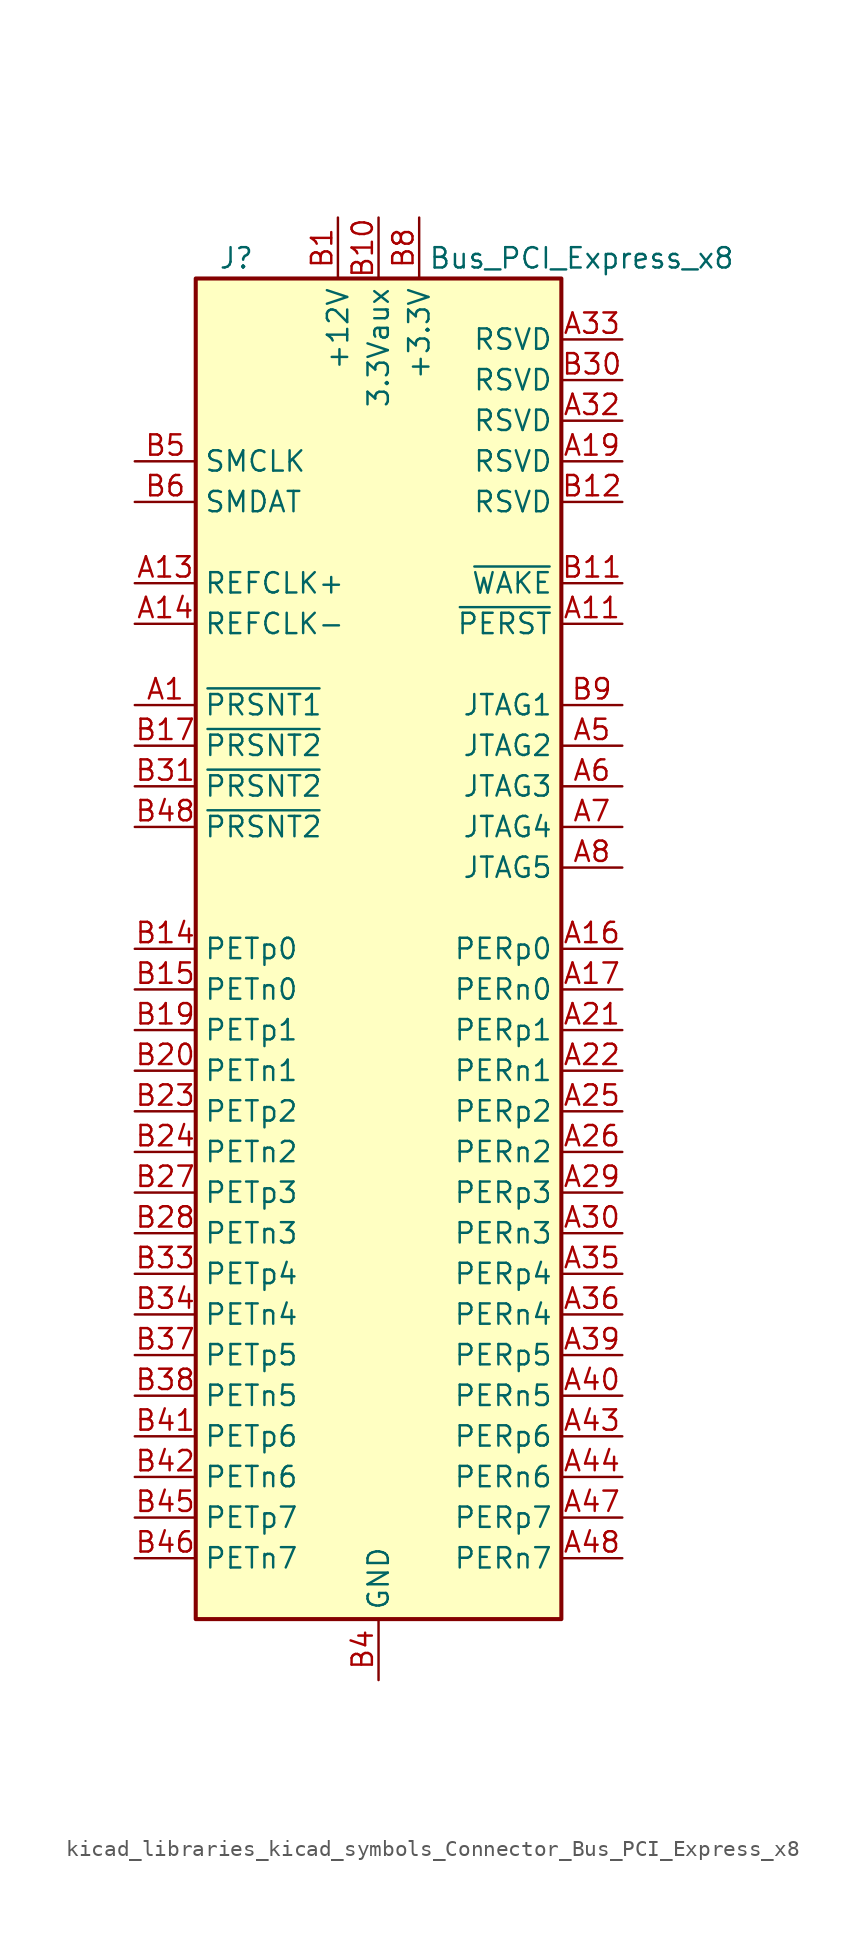
<source format=kicad_sym>
(kicad_symbol_lib
  (version 20220914)
  (generator kicad_symbol_editor)
  (symbol "kicad_libraries_kicad_symbols_Connector_Bus_PCI_Express_x8"
    (property "Reference" "J"
      (at -8.89 43.18 0)
      (effects (font (size 1.27 1.27))))
    (property "Value" "Bus_PCI_Express_x8"
      (at 12.7 43.18 0)
      (effects (font (size 1.27 1.27))))
    (symbol "kicad_libraries_kicad_symbols_Connector_Bus_PCI_Express_x8_0_1"
      (rectangle (start -11.43 41.91) (end 11.43 -41.91) (stroke (width 0.254) (type default)) (fill (type background))))
    (symbol "kicad_libraries_kicad_symbols_Connector_Bus_PCI_Express_x8_1_1"
      (pin passive line (at -15.24 15.24 0) (length 3.81) (name "~{PRSNT1}" (effects (font (size 1.27 1.27)))) (number "A1" (effects (font (size 1.27 1.27)))))
      (pin passive line (at 2.54 45.72 270) (length 3.81) hide (name "+3.3V" (effects (font (size 1.27 1.27)))) (number "A10" (effects (font (size 1.27 1.27)))))
      (pin input line (at 15.24 20.32 180) (length 3.81) (name "~{PERST}" (effects (font (size 1.27 1.27)))) (number "A11" (effects (font (size 1.27 1.27)))))
      (pin passive line (at 0 -45.72 90) (length 3.81) hide (name "GND" (effects (font (size 1.27 1.27)))) (number "A12" (effects (font (size 1.27 1.27)))))
      (pin input line (at -15.24 22.86 0) (length 3.81) (name "REFCLK+" (effects (font (size 1.27 1.27)))) (number "A13" (effects (font (size 1.27 1.27)))))
      (pin input line (at -15.24 20.32 0) (length 3.81) (name "REFCLK-" (effects (font (size 1.27 1.27)))) (number "A14" (effects (font (size 1.27 1.27)))))
      (pin passive line (at 0 -45.72 90) (length 3.81) hide (name "GND" (effects (font (size 1.27 1.27)))) (number "A15" (effects (font (size 1.27 1.27)))))
      (pin output line (at 15.24 0 180) (length 3.81) (name "PERp0" (effects (font (size 1.27 1.27)))) (number "A16" (effects (font (size 1.27 1.27)))))
      (pin output line (at 15.24 -2.54 180) (length 3.81) (name "PERn0" (effects (font (size 1.27 1.27)))) (number "A17" (effects (font (size 1.27 1.27)))))
      (pin passive line (at 0 -45.72 90) (length 3.81) hide (name "GND" (effects (font (size 1.27 1.27)))) (number "A18" (effects (font (size 1.27 1.27)))))
      (pin passive line (at 15.24 30.48 180) (length 3.81) (name "RSVD" (effects (font (size 1.27 1.27)))) (number "A19" (effects (font (size 1.27 1.27)))))
      (pin passive line (at -2.54 45.72 270) (length 3.81) hide (name "+12V" (effects (font (size 1.27 1.27)))) (number "A2" (effects (font (size 1.27 1.27)))))
      (pin passive line (at 0 -45.72 90) (length 3.81) hide (name "GND" (effects (font (size 1.27 1.27)))) (number "A20" (effects (font (size 1.27 1.27)))))
      (pin output line (at 15.24 -5.08 180) (length 3.81) (name "PERp1" (effects (font (size 1.27 1.27)))) (number "A21" (effects (font (size 1.27 1.27)))))
      (pin output line (at 15.24 -7.62 180) (length 3.81) (name "PERn1" (effects (font (size 1.27 1.27)))) (number "A22" (effects (font (size 1.27 1.27)))))
      (pin passive line (at 0 -45.72 90) (length 3.81) hide (name "GND" (effects (font (size 1.27 1.27)))) (number "A23" (effects (font (size 1.27 1.27)))))
      (pin passive line (at 0 -45.72 90) (length 3.81) hide (name "GND" (effects (font (size 1.27 1.27)))) (number "A24" (effects (font (size 1.27 1.27)))))
      (pin output line (at 15.24 -10.16 180) (length 3.81) (name "PERp2" (effects (font (size 1.27 1.27)))) (number "A25" (effects (font (size 1.27 1.27)))))
      (pin output line (at 15.24 -12.7 180) (length 3.81) (name "PERn2" (effects (font (size 1.27 1.27)))) (number "A26" (effects (font (size 1.27 1.27)))))
      (pin passive line (at 0 -45.72 90) (length 3.81) hide (name "GND" (effects (font (size 1.27 1.27)))) (number "A27" (effects (font (size 1.27 1.27)))))
      (pin passive line (at 0 -45.72 90) (length 3.81) hide (name "GND" (effects (font (size 1.27 1.27)))) (number "A28" (effects (font (size 1.27 1.27)))))
      (pin output line (at 15.24 -15.24 180) (length 3.81) (name "PERp3" (effects (font (size 1.27 1.27)))) (number "A29" (effects (font (size 1.27 1.27)))))
      (pin passive line (at -2.54 45.72 270) (length 3.81) hide (name "+12V" (effects (font (size 1.27 1.27)))) (number "A3" (effects (font (size 1.27 1.27)))))
      (pin output line (at 15.24 -17.78 180) (length 3.81) (name "PERn3" (effects (font (size 1.27 1.27)))) (number "A30" (effects (font (size 1.27 1.27)))))
      (pin passive line (at 0 -45.72 90) (length 3.81) hide (name "GND" (effects (font (size 1.27 1.27)))) (number "A31" (effects (font (size 1.27 1.27)))))
      (pin passive line (at 15.24 33.02 180) (length 3.81) (name "RSVD" (effects (font (size 1.27 1.27)))) (number "A32" (effects (font (size 1.27 1.27)))))
      (pin passive line (at 15.24 38.1 180) (length 3.81) (name "RSVD" (effects (font (size 1.27 1.27)))) (number "A33" (effects (font (size 1.27 1.27)))))
      (pin passive line (at 0 -45.72 90) (length 3.81) hide (name "GND" (effects (font (size 1.27 1.27)))) (number "A34" (effects (font (size 1.27 1.27)))))
      (pin output line (at 15.24 -20.32 180) (length 3.81) (name "PERp4" (effects (font (size 1.27 1.27)))) (number "A35" (effects (font (size 1.27 1.27)))))
      (pin output line (at 15.24 -22.86 180) (length 3.81) (name "PERn4" (effects (font (size 1.27 1.27)))) (number "A36" (effects (font (size 1.27 1.27)))))
      (pin passive line (at 0 -45.72 90) (length 3.81) hide (name "GND" (effects (font (size 1.27 1.27)))) (number "A37" (effects (font (size 1.27 1.27)))))
      (pin passive line (at 0 -45.72 90) (length 3.81) hide (name "GND" (effects (font (size 1.27 1.27)))) (number "A38" (effects (font (size 1.27 1.27)))))
      (pin output line (at 15.24 -25.4 180) (length 3.81) (name "PERp5" (effects (font (size 1.27 1.27)))) (number "A39" (effects (font (size 1.27 1.27)))))
      (pin passive line (at 0 -45.72 90) (length 3.81) hide (name "GND" (effects (font (size 1.27 1.27)))) (number "A4" (effects (font (size 1.27 1.27)))))
      (pin output line (at 15.24 -27.94 180) (length 3.81) (name "PERn5" (effects (font (size 1.27 1.27)))) (number "A40" (effects (font (size 1.27 1.27)))))
      (pin passive line (at 0 -45.72 90) (length 3.81) hide (name "GND" (effects (font (size 1.27 1.27)))) (number "A41" (effects (font (size 1.27 1.27)))))
      (pin passive line (at 0 -45.72 90) (length 3.81) hide (name "GND" (effects (font (size 1.27 1.27)))) (number "A42" (effects (font (size 1.27 1.27)))))
      (pin output line (at 15.24 -30.48 180) (length 3.81) (name "PERp6" (effects (font (size 1.27 1.27)))) (number "A43" (effects (font (size 1.27 1.27)))))
      (pin output line (at 15.24 -33.02 180) (length 3.81) (name "PERn6" (effects (font (size 1.27 1.27)))) (number "A44" (effects (font (size 1.27 1.27)))))
      (pin passive line (at 0 -45.72 90) (length 3.81) hide (name "GND" (effects (font (size 1.27 1.27)))) (number "A45" (effects (font (size 1.27 1.27)))))
      (pin passive line (at 0 -45.72 90) (length 3.81) hide (name "GND" (effects (font (size 1.27 1.27)))) (number "A46" (effects (font (size 1.27 1.27)))))
      (pin output line (at 15.24 -35.56 180) (length 3.81) (name "PERp7" (effects (font (size 1.27 1.27)))) (number "A47" (effects (font (size 1.27 1.27)))))
      (pin output line (at 15.24 -38.1 180) (length 3.81) (name "PERn7" (effects (font (size 1.27 1.27)))) (number "A48" (effects (font (size 1.27 1.27)))))
      (pin passive line (at 0 -45.72 90) (length 3.81) hide (name "GND" (effects (font (size 1.27 1.27)))) (number "A49" (effects (font (size 1.27 1.27)))))
      (pin input line (at 15.24 12.7 180) (length 3.81) (name "JTAG2" (effects (font (size 1.27 1.27)))) (number "A5" (effects (font (size 1.27 1.27)))))
      (pin input line (at 15.24 10.16 180) (length 3.81) (name "JTAG3" (effects (font (size 1.27 1.27)))) (number "A6" (effects (font (size 1.27 1.27)))))
      (pin output line (at 15.24 7.62 180) (length 3.81) (name "JTAG4" (effects (font (size 1.27 1.27)))) (number "A7" (effects (font (size 1.27 1.27)))))
      (pin input line (at 15.24 5.08 180) (length 3.81) (name "JTAG5" (effects (font (size 1.27 1.27)))) (number "A8" (effects (font (size 1.27 1.27)))))
      (pin passive line (at 2.54 45.72 270) (length 3.81) hide (name "+3.3V" (effects (font (size 1.27 1.27)))) (number "A9" (effects (font (size 1.27 1.27)))))
      (pin power_in line (at -2.54 45.72 270) (length 3.81) (name "+12V" (effects (font (size 1.27 1.27)))) (number "B1" (effects (font (size 1.27 1.27)))))
      (pin power_in line (at 0 45.72 270) (length 3.81) (name "3.3Vaux" (effects (font (size 1.27 1.27)))) (number "B10" (effects (font (size 1.27 1.27)))))
      (pin open_collector line (at 15.24 22.86 180) (length 3.81) (name "~{WAKE}" (effects (font (size 1.27 1.27)))) (number "B11" (effects (font (size 1.27 1.27)))))
      (pin passive line (at 15.24 27.94 180) (length 3.81) (name "RSVD" (effects (font (size 1.27 1.27)))) (number "B12" (effects (font (size 1.27 1.27)))))
      (pin passive line (at 0 -45.72 90) (length 3.81) hide (name "GND" (effects (font (size 1.27 1.27)))) (number "B13" (effects (font (size 1.27 1.27)))))
      (pin input line (at -15.24 0 0) (length 3.81) (name "PETp0" (effects (font (size 1.27 1.27)))) (number "B14" (effects (font (size 1.27 1.27)))))
      (pin input line (at -15.24 -2.54 0) (length 3.81) (name "PETn0" (effects (font (size 1.27 1.27)))) (number "B15" (effects (font (size 1.27 1.27)))))
      (pin passive line (at 0 -45.72 90) (length 3.81) hide (name "GND" (effects (font (size 1.27 1.27)))) (number "B16" (effects (font (size 1.27 1.27)))))
      (pin passive line (at -15.24 12.7 0) (length 3.81) (name "~{PRSNT2}" (effects (font (size 1.27 1.27)))) (number "B17" (effects (font (size 1.27 1.27)))))
      (pin passive line (at 0 -45.72 90) (length 3.81) hide (name "GND" (effects (font (size 1.27 1.27)))) (number "B18" (effects (font (size 1.27 1.27)))))
      (pin input line (at -15.24 -5.08 0) (length 3.81) (name "PETp1" (effects (font (size 1.27 1.27)))) (number "B19" (effects (font (size 1.27 1.27)))))
      (pin passive line (at -2.54 45.72 270) (length 3.81) hide (name "+12V" (effects (font (size 1.27 1.27)))) (number "B2" (effects (font (size 1.27 1.27)))))
      (pin input line (at -15.24 -7.62 0) (length 3.81) (name "PETn1" (effects (font (size 1.27 1.27)))) (number "B20" (effects (font (size 1.27 1.27)))))
      (pin passive line (at 0 -45.72 90) (length 3.81) hide (name "GND" (effects (font (size 1.27 1.27)))) (number "B21" (effects (font (size 1.27 1.27)))))
      (pin passive line (at 0 -45.72 90) (length 3.81) hide (name "GND" (effects (font (size 1.27 1.27)))) (number "B22" (effects (font (size 1.27 1.27)))))
      (pin input line (at -15.24 -10.16 0) (length 3.81) (name "PETp2" (effects (font (size 1.27 1.27)))) (number "B23" (effects (font (size 1.27 1.27)))))
      (pin input line (at -15.24 -12.7 0) (length 3.81) (name "PETn2" (effects (font (size 1.27 1.27)))) (number "B24" (effects (font (size 1.27 1.27)))))
      (pin passive line (at 0 -45.72 90) (length 3.81) hide (name "GND" (effects (font (size 1.27 1.27)))) (number "B25" (effects (font (size 1.27 1.27)))))
      (pin passive line (at 0 -45.72 90) (length 3.81) hide (name "GND" (effects (font (size 1.27 1.27)))) (number "B26" (effects (font (size 1.27 1.27)))))
      (pin input line (at -15.24 -15.24 0) (length 3.81) (name "PETp3" (effects (font (size 1.27 1.27)))) (number "B27" (effects (font (size 1.27 1.27)))))
      (pin input line (at -15.24 -17.78 0) (length 3.81) (name "PETn3" (effects (font (size 1.27 1.27)))) (number "B28" (effects (font (size 1.27 1.27)))))
      (pin passive line (at 0 -45.72 90) (length 3.81) hide (name "GND" (effects (font (size 1.27 1.27)))) (number "B29" (effects (font (size 1.27 1.27)))))
      (pin passive line (at -2.54 45.72 270) (length 3.81) hide (name "+12V" (effects (font (size 1.27 1.27)))) (number "B3" (effects (font (size 1.27 1.27)))))
      (pin passive line (at 15.24 35.56 180) (length 3.81) (name "RSVD" (effects (font (size 1.27 1.27)))) (number "B30" (effects (font (size 1.27 1.27)))))
      (pin passive line (at -15.24 10.16 0) (length 3.81) (name "~{PRSNT2}" (effects (font (size 1.27 1.27)))) (number "B31" (effects (font (size 1.27 1.27)))))
      (pin passive line (at 0 -45.72 90) (length 3.81) hide (name "GND" (effects (font (size 1.27 1.27)))) (number "B32" (effects (font (size 1.27 1.27)))))
      (pin input line (at -15.24 -20.32 0) (length 3.81) (name "PETp4" (effects (font (size 1.27 1.27)))) (number "B33" (effects (font (size 1.27 1.27)))))
      (pin input line (at -15.24 -22.86 0) (length 3.81) (name "PETn4" (effects (font (size 1.27 1.27)))) (number "B34" (effects (font (size 1.27 1.27)))))
      (pin passive line (at 0 -45.72 90) (length 3.81) hide (name "GND" (effects (font (size 1.27 1.27)))) (number "B35" (effects (font (size 1.27 1.27)))))
      (pin passive line (at 0 -45.72 90) (length 3.81) hide (name "GND" (effects (font (size 1.27 1.27)))) (number "B36" (effects (font (size 1.27 1.27)))))
      (pin input line (at -15.24 -25.4 0) (length 3.81) (name "PETp5" (effects (font (size 1.27 1.27)))) (number "B37" (effects (font (size 1.27 1.27)))))
      (pin input line (at -15.24 -27.94 0) (length 3.81) (name "PETn5" (effects (font (size 1.27 1.27)))) (number "B38" (effects (font (size 1.27 1.27)))))
      (pin passive line (at 0 -45.72 90) (length 3.81) hide (name "GND" (effects (font (size 1.27 1.27)))) (number "B39" (effects (font (size 1.27 1.27)))))
      (pin power_in line (at 0 -45.72 90) (length 3.81) (name "GND" (effects (font (size 1.27 1.27)))) (number "B4" (effects (font (size 1.27 1.27)))))
      (pin passive line (at 0 -45.72 90) (length 3.81) hide (name "GND" (effects (font (size 1.27 1.27)))) (number "B40" (effects (font (size 1.27 1.27)))))
      (pin input line (at -15.24 -30.48 0) (length 3.81) (name "PETp6" (effects (font (size 1.27 1.27)))) (number "B41" (effects (font (size 1.27 1.27)))))
      (pin input line (at -15.24 -33.02 0) (length 3.81) (name "PETn6" (effects (font (size 1.27 1.27)))) (number "B42" (effects (font (size 1.27 1.27)))))
      (pin passive line (at 0 -45.72 90) (length 3.81) hide (name "GND" (effects (font (size 1.27 1.27)))) (number "B43" (effects (font (size 1.27 1.27)))))
      (pin passive line (at 0 -45.72 90) (length 3.81) hide (name "GND" (effects (font (size 1.27 1.27)))) (number "B44" (effects (font (size 1.27 1.27)))))
      (pin input line (at -15.24 -35.56 0) (length 3.81) (name "PETp7" (effects (font (size 1.27 1.27)))) (number "B45" (effects (font (size 1.27 1.27)))))
      (pin input line (at -15.24 -38.1 0) (length 3.81) (name "PETn7" (effects (font (size 1.27 1.27)))) (number "B46" (effects (font (size 1.27 1.27)))))
      (pin passive line (at 0 -45.72 90) (length 3.81) hide (name "GND" (effects (font (size 1.27 1.27)))) (number "B47" (effects (font (size 1.27 1.27)))))
      (pin passive line (at -15.24 7.62 0) (length 3.81) (name "~{PRSNT2}" (effects (font (size 1.27 1.27)))) (number "B48" (effects (font (size 1.27 1.27)))))
      (pin passive line (at 0 -45.72 90) (length 3.81) hide (name "GND" (effects (font (size 1.27 1.27)))) (number "B49" (effects (font (size 1.27 1.27)))))
      (pin input line (at -15.24 30.48 0) (length 3.81) (name "SMCLK" (effects (font (size 1.27 1.27)))) (number "B5" (effects (font (size 1.27 1.27)))))
      (pin bidirectional line (at -15.24 27.94 0) (length 3.81) (name "SMDAT" (effects (font (size 1.27 1.27)))) (number "B6" (effects (font (size 1.27 1.27)))))
      (pin passive line (at 0 -45.72 90) (length 3.81) hide (name "GND" (effects (font (size 1.27 1.27)))) (number "B7" (effects (font (size 1.27 1.27)))))
      (pin power_in line (at 2.54 45.72 270) (length 3.81) (name "+3.3V" (effects (font (size 1.27 1.27)))) (number "B8" (effects (font (size 1.27 1.27)))))
      (pin input line (at 15.24 15.24 180) (length 3.81) (name "JTAG1" (effects (font (size 1.27 1.27)))) (number "B9" (effects (font (size 1.27 1.27))))))))
</source>
